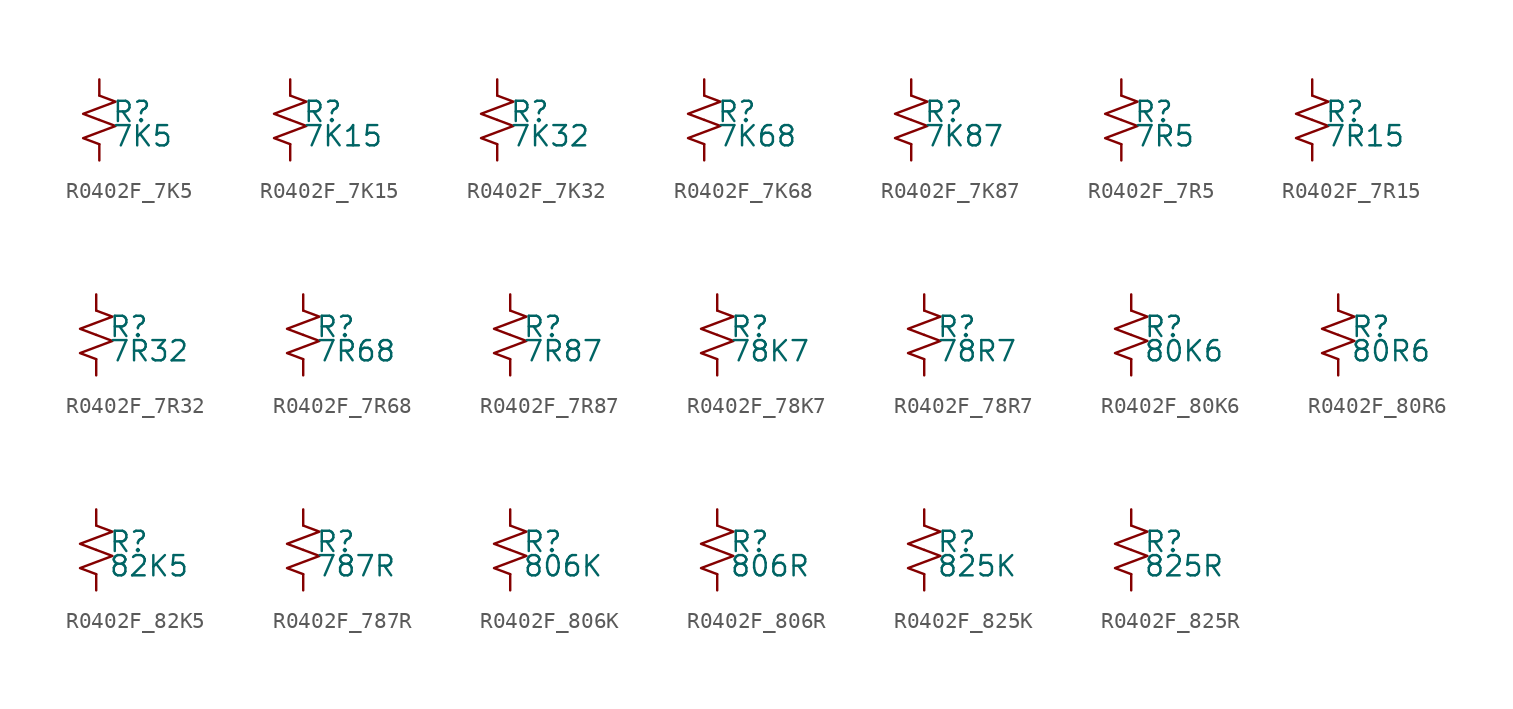
<source format=kicad_sym>
(kicad_symbol_lib
  (version 20220914)
  (generator kicad_symbol_editor)
  (symbol "R0402F_7K5"
    (pin_numbers hide)
    (pin_names
      (offset 0.254) hide)
    (property "Reference" "R"
      (at 0.762 0.508 0)
      (effects (font (size 1.27 1.27)) (justify left)))
    (property "Value" "7K5"
      (at 0.762 -1.016 0)
      (effects (font (size 1.27 1.27)) (justify left)))
    (symbol "R0402F_7K5_1_1"
      (polyline (pts (xy 0 0) (xy 1.016 -0.381) (xy 0 -0.762) (xy -1.016 -1.143) (xy 0 -1.524)) (stroke (width 0) (type default)) (fill (type none)))
      (polyline (pts (xy 0 1.524) (xy 1.016 1.143) (xy 0 0.762) (xy -1.016 0.381) (xy 0 0)) (stroke (width 0) (type default)) (fill (type none)))
      (pin passive line (at 0 2.54 270) (length 1.016) (name "~" (effects (font (size 1.27 1.27)))) (number "1" (effects (font (size 1.27 1.27)))))
      (pin passive line (at 0 -2.54 90) (length 1.016) (name "~" (effects (font (size 1.27 1.27)))) (number "2" (effects (font (size 1.27 1.27)))))))
  (symbol "R0402F_7K15"
    (pin_numbers hide)
    (pin_names
      (offset 0.254) hide)
    (property "Reference" "R"
      (at 0.762 0.508 0)
      (effects (font (size 1.27 1.27)) (justify left)))
    (property "Value" "7K15"
      (at 0.762 -1.016 0)
      (effects (font (size 1.27 1.27)) (justify left)))
    (symbol "R0402F_7K15_1_1"
      (polyline (pts (xy 0 0) (xy 1.016 -0.381) (xy 0 -0.762) (xy -1.016 -1.143) (xy 0 -1.524)) (stroke (width 0) (type default)) (fill (type none)))
      (polyline (pts (xy 0 1.524) (xy 1.016 1.143) (xy 0 0.762) (xy -1.016 0.381) (xy 0 0)) (stroke (width 0) (type default)) (fill (type none)))
      (pin passive line (at 0 2.54 270) (length 1.016) (name "~" (effects (font (size 1.27 1.27)))) (number "1" (effects (font (size 1.27 1.27)))))
      (pin passive line (at 0 -2.54 90) (length 1.016) (name "~" (effects (font (size 1.27 1.27)))) (number "2" (effects (font (size 1.27 1.27)))))))
  (symbol "R0402F_7K32"
    (pin_numbers hide)
    (pin_names
      (offset 0.254) hide)
    (property "Reference" "R"
      (at 0.762 0.508 0)
      (effects (font (size 1.27 1.27)) (justify left)))
    (property "Value" "7K32"
      (at 0.762 -1.016 0)
      (effects (font (size 1.27 1.27)) (justify left)))
    (symbol "R0402F_7K32_1_1"
      (polyline (pts (xy 0 0) (xy 1.016 -0.381) (xy 0 -0.762) (xy -1.016 -1.143) (xy 0 -1.524)) (stroke (width 0) (type default)) (fill (type none)))
      (polyline (pts (xy 0 1.524) (xy 1.016 1.143) (xy 0 0.762) (xy -1.016 0.381) (xy 0 0)) (stroke (width 0) (type default)) (fill (type none)))
      (pin passive line (at 0 2.54 270) (length 1.016) (name "~" (effects (font (size 1.27 1.27)))) (number "1" (effects (font (size 1.27 1.27)))))
      (pin passive line (at 0 -2.54 90) (length 1.016) (name "~" (effects (font (size 1.27 1.27)))) (number "2" (effects (font (size 1.27 1.27)))))))
  (symbol "R0402F_7K68"
    (pin_numbers hide)
    (pin_names
      (offset 0.254) hide)
    (property "Reference" "R"
      (at 0.762 0.508 0)
      (effects (font (size 1.27 1.27)) (justify left)))
    (property "Value" "7K68"
      (at 0.762 -1.016 0)
      (effects (font (size 1.27 1.27)) (justify left)))
    (symbol "R0402F_7K68_1_1"
      (polyline (pts (xy 0 0) (xy 1.016 -0.381) (xy 0 -0.762) (xy -1.016 -1.143) (xy 0 -1.524)) (stroke (width 0) (type default)) (fill (type none)))
      (polyline (pts (xy 0 1.524) (xy 1.016 1.143) (xy 0 0.762) (xy -1.016 0.381) (xy 0 0)) (stroke (width 0) (type default)) (fill (type none)))
      (pin passive line (at 0 2.54 270) (length 1.016) (name "~" (effects (font (size 1.27 1.27)))) (number "1" (effects (font (size 1.27 1.27)))))
      (pin passive line (at 0 -2.54 90) (length 1.016) (name "~" (effects (font (size 1.27 1.27)))) (number "2" (effects (font (size 1.27 1.27)))))))
  (symbol "R0402F_7K87"
    (pin_numbers hide)
    (pin_names
      (offset 0.254) hide)
    (property "Reference" "R"
      (at 0.762 0.508 0)
      (effects (font (size 1.27 1.27)) (justify left)))
    (property "Value" "7K87"
      (at 0.762 -1.016 0)
      (effects (font (size 1.27 1.27)) (justify left)))
    (symbol "R0402F_7K87_1_1"
      (polyline (pts (xy 0 0) (xy 1.016 -0.381) (xy 0 -0.762) (xy -1.016 -1.143) (xy 0 -1.524)) (stroke (width 0) (type default)) (fill (type none)))
      (polyline (pts (xy 0 1.524) (xy 1.016 1.143) (xy 0 0.762) (xy -1.016 0.381) (xy 0 0)) (stroke (width 0) (type default)) (fill (type none)))
      (pin passive line (at 0 2.54 270) (length 1.016) (name "~" (effects (font (size 1.27 1.27)))) (number "1" (effects (font (size 1.27 1.27)))))
      (pin passive line (at 0 -2.54 90) (length 1.016) (name "~" (effects (font (size 1.27 1.27)))) (number "2" (effects (font (size 1.27 1.27)))))))
  (symbol "R0402F_7R5"
    (pin_numbers hide)
    (pin_names
      (offset 0.254) hide)
    (property "Reference" "R"
      (at 0.762 0.508 0)
      (effects (font (size 1.27 1.27)) (justify left)))
    (property "Value" "7R5"
      (at 0.762 -1.016 0)
      (effects (font (size 1.27 1.27)) (justify left)))
    (symbol "R0402F_7R5_1_1"
      (polyline (pts (xy 0 0) (xy 1.016 -0.381) (xy 0 -0.762) (xy -1.016 -1.143) (xy 0 -1.524)) (stroke (width 0) (type default)) (fill (type none)))
      (polyline (pts (xy 0 1.524) (xy 1.016 1.143) (xy 0 0.762) (xy -1.016 0.381) (xy 0 0)) (stroke (width 0) (type default)) (fill (type none)))
      (pin passive line (at 0 2.54 270) (length 1.016) (name "~" (effects (font (size 1.27 1.27)))) (number "1" (effects (font (size 1.27 1.27)))))
      (pin passive line (at 0 -2.54 90) (length 1.016) (name "~" (effects (font (size 1.27 1.27)))) (number "2" (effects (font (size 1.27 1.27)))))))
  (symbol "R0402F_7R15"
    (pin_numbers hide)
    (pin_names
      (offset 0.254) hide)
    (property "Reference" "R"
      (at 0.762 0.508 0)
      (effects (font (size 1.27 1.27)) (justify left)))
    (property "Value" "7R15"
      (at 0.762 -1.016 0)
      (effects (font (size 1.27 1.27)) (justify left)))
    (symbol "R0402F_7R15_1_1"
      (polyline (pts (xy 0 0) (xy 1.016 -0.381) (xy 0 -0.762) (xy -1.016 -1.143) (xy 0 -1.524)) (stroke (width 0) (type default)) (fill (type none)))
      (polyline (pts (xy 0 1.524) (xy 1.016 1.143) (xy 0 0.762) (xy -1.016 0.381) (xy 0 0)) (stroke (width 0) (type default)) (fill (type none)))
      (pin passive line (at 0 2.54 270) (length 1.016) (name "~" (effects (font (size 1.27 1.27)))) (number "1" (effects (font (size 1.27 1.27)))))
      (pin passive line (at 0 -2.54 90) (length 1.016) (name "~" (effects (font (size 1.27 1.27)))) (number "2" (effects (font (size 1.27 1.27)))))))
  (symbol "R0402F_7R32"
    (pin_numbers hide)
    (pin_names
      (offset 0.254) hide)
    (property "Reference" "R"
      (at 0.762 0.508 0)
      (effects (font (size 1.27 1.27)) (justify left)))
    (property "Value" "7R32"
      (at 0.762 -1.016 0)
      (effects (font (size 1.27 1.27)) (justify left)))
    (symbol "R0402F_7R32_1_1"
      (polyline (pts (xy 0 0) (xy 1.016 -0.381) (xy 0 -0.762) (xy -1.016 -1.143) (xy 0 -1.524)) (stroke (width 0) (type default)) (fill (type none)))
      (polyline (pts (xy 0 1.524) (xy 1.016 1.143) (xy 0 0.762) (xy -1.016 0.381) (xy 0 0)) (stroke (width 0) (type default)) (fill (type none)))
      (pin passive line (at 0 2.54 270) (length 1.016) (name "~" (effects (font (size 1.27 1.27)))) (number "1" (effects (font (size 1.27 1.27)))))
      (pin passive line (at 0 -2.54 90) (length 1.016) (name "~" (effects (font (size 1.27 1.27)))) (number "2" (effects (font (size 1.27 1.27)))))))
  (symbol "R0402F_7R68"
    (pin_numbers hide)
    (pin_names
      (offset 0.254) hide)
    (property "Reference" "R"
      (at 0.762 0.508 0)
      (effects (font (size 1.27 1.27)) (justify left)))
    (property "Value" "7R68"
      (at 0.762 -1.016 0)
      (effects (font (size 1.27 1.27)) (justify left)))
    (symbol "R0402F_7R68_1_1"
      (polyline (pts (xy 0 0) (xy 1.016 -0.381) (xy 0 -0.762) (xy -1.016 -1.143) (xy 0 -1.524)) (stroke (width 0) (type default)) (fill (type none)))
      (polyline (pts (xy 0 1.524) (xy 1.016 1.143) (xy 0 0.762) (xy -1.016 0.381) (xy 0 0)) (stroke (width 0) (type default)) (fill (type none)))
      (pin passive line (at 0 2.54 270) (length 1.016) (name "~" (effects (font (size 1.27 1.27)))) (number "1" (effects (font (size 1.27 1.27)))))
      (pin passive line (at 0 -2.54 90) (length 1.016) (name "~" (effects (font (size 1.27 1.27)))) (number "2" (effects (font (size 1.27 1.27)))))))
  (symbol "R0402F_7R87"
    (pin_numbers hide)
    (pin_names
      (offset 0.254) hide)
    (property "Reference" "R"
      (at 0.762 0.508 0)
      (effects (font (size 1.27 1.27)) (justify left)))
    (property "Value" "7R87"
      (at 0.762 -1.016 0)
      (effects (font (size 1.27 1.27)) (justify left)))
    (symbol "R0402F_7R87_1_1"
      (polyline (pts (xy 0 0) (xy 1.016 -0.381) (xy 0 -0.762) (xy -1.016 -1.143) (xy 0 -1.524)) (stroke (width 0) (type default)) (fill (type none)))
      (polyline (pts (xy 0 1.524) (xy 1.016 1.143) (xy 0 0.762) (xy -1.016 0.381) (xy 0 0)) (stroke (width 0) (type default)) (fill (type none)))
      (pin passive line (at 0 2.54 270) (length 1.016) (name "~" (effects (font (size 1.27 1.27)))) (number "1" (effects (font (size 1.27 1.27)))))
      (pin passive line (at 0 -2.54 90) (length 1.016) (name "~" (effects (font (size 1.27 1.27)))) (number "2" (effects (font (size 1.27 1.27)))))))
  (symbol "R0402F_78K7"
    (pin_numbers hide)
    (pin_names
      (offset 0.254) hide)
    (property "Reference" "R"
      (at 0.762 0.508 0)
      (effects (font (size 1.27 1.27)) (justify left)))
    (property "Value" "78K7"
      (at 0.762 -1.016 0)
      (effects (font (size 1.27 1.27)) (justify left)))
    (symbol "R0402F_78K7_1_1"
      (polyline (pts (xy 0 0) (xy 1.016 -0.381) (xy 0 -0.762) (xy -1.016 -1.143) (xy 0 -1.524)) (stroke (width 0) (type default)) (fill (type none)))
      (polyline (pts (xy 0 1.524) (xy 1.016 1.143) (xy 0 0.762) (xy -1.016 0.381) (xy 0 0)) (stroke (width 0) (type default)) (fill (type none)))
      (pin passive line (at 0 2.54 270) (length 1.016) (name "~" (effects (font (size 1.27 1.27)))) (number "1" (effects (font (size 1.27 1.27)))))
      (pin passive line (at 0 -2.54 90) (length 1.016) (name "~" (effects (font (size 1.27 1.27)))) (number "2" (effects (font (size 1.27 1.27)))))))
  (symbol "R0402F_78R7"
    (pin_numbers hide)
    (pin_names
      (offset 0.254) hide)
    (property "Reference" "R"
      (at 0.762 0.508 0)
      (effects (font (size 1.27 1.27)) (justify left)))
    (property "Value" "78R7"
      (at 0.762 -1.016 0)
      (effects (font (size 1.27 1.27)) (justify left)))
    (symbol "R0402F_78R7_1_1"
      (polyline (pts (xy 0 0) (xy 1.016 -0.381) (xy 0 -0.762) (xy -1.016 -1.143) (xy 0 -1.524)) (stroke (width 0) (type default)) (fill (type none)))
      (polyline (pts (xy 0 1.524) (xy 1.016 1.143) (xy 0 0.762) (xy -1.016 0.381) (xy 0 0)) (stroke (width 0) (type default)) (fill (type none)))
      (pin passive line (at 0 2.54 270) (length 1.016) (name "~" (effects (font (size 1.27 1.27)))) (number "1" (effects (font (size 1.27 1.27)))))
      (pin passive line (at 0 -2.54 90) (length 1.016) (name "~" (effects (font (size 1.27 1.27)))) (number "2" (effects (font (size 1.27 1.27)))))))
  (symbol "R0402F_80K6"
    (pin_numbers hide)
    (pin_names
      (offset 0.254) hide)
    (property "Reference" "R"
      (at 0.762 0.508 0)
      (effects (font (size 1.27 1.27)) (justify left)))
    (property "Value" "80K6"
      (at 0.762 -1.016 0)
      (effects (font (size 1.27 1.27)) (justify left)))
    (symbol "R0402F_80K6_1_1"
      (polyline (pts (xy 0 0) (xy 1.016 -0.381) (xy 0 -0.762) (xy -1.016 -1.143) (xy 0 -1.524)) (stroke (width 0) (type default)) (fill (type none)))
      (polyline (pts (xy 0 1.524) (xy 1.016 1.143) (xy 0 0.762) (xy -1.016 0.381) (xy 0 0)) (stroke (width 0) (type default)) (fill (type none)))
      (pin passive line (at 0 2.54 270) (length 1.016) (name "~" (effects (font (size 1.27 1.27)))) (number "1" (effects (font (size 1.27 1.27)))))
      (pin passive line (at 0 -2.54 90) (length 1.016) (name "~" (effects (font (size 1.27 1.27)))) (number "2" (effects (font (size 1.27 1.27)))))))
  (symbol "R0402F_80R6"
    (pin_numbers hide)
    (pin_names
      (offset 0.254) hide)
    (property "Reference" "R"
      (at 0.762 0.508 0)
      (effects (font (size 1.27 1.27)) (justify left)))
    (property "Value" "80R6"
      (at 0.762 -1.016 0)
      (effects (font (size 1.27 1.27)) (justify left)))
    (symbol "R0402F_80R6_1_1"
      (polyline (pts (xy 0 0) (xy 1.016 -0.381) (xy 0 -0.762) (xy -1.016 -1.143) (xy 0 -1.524)) (stroke (width 0) (type default)) (fill (type none)))
      (polyline (pts (xy 0 1.524) (xy 1.016 1.143) (xy 0 0.762) (xy -1.016 0.381) (xy 0 0)) (stroke (width 0) (type default)) (fill (type none)))
      (pin passive line (at 0 2.54 270) (length 1.016) (name "~" (effects (font (size 1.27 1.27)))) (number "1" (effects (font (size 1.27 1.27)))))
      (pin passive line (at 0 -2.54 90) (length 1.016) (name "~" (effects (font (size 1.27 1.27)))) (number "2" (effects (font (size 1.27 1.27)))))))
  (symbol "R0402F_82K5"
    (pin_numbers hide)
    (pin_names
      (offset 0.254) hide)
    (property "Reference" "R"
      (at 0.762 0.508 0)
      (effects (font (size 1.27 1.27)) (justify left)))
    (property "Value" "82K5"
      (at 0.762 -1.016 0)
      (effects (font (size 1.27 1.27)) (justify left)))
    (symbol "R0402F_82K5_1_1"
      (polyline (pts (xy 0 0) (xy 1.016 -0.381) (xy 0 -0.762) (xy -1.016 -1.143) (xy 0 -1.524)) (stroke (width 0) (type default)) (fill (type none)))
      (polyline (pts (xy 0 1.524) (xy 1.016 1.143) (xy 0 0.762) (xy -1.016 0.381) (xy 0 0)) (stroke (width 0) (type default)) (fill (type none)))
      (pin passive line (at 0 2.54 270) (length 1.016) (name "~" (effects (font (size 1.27 1.27)))) (number "1" (effects (font (size 1.27 1.27)))))
      (pin passive line (at 0 -2.54 90) (length 1.016) (name "~" (effects (font (size 1.27 1.27)))) (number "2" (effects (font (size 1.27 1.27)))))))
  (symbol "R0402F_787R"
    (pin_numbers hide)
    (pin_names
      (offset 0.254) hide)
    (property "Reference" "R"
      (at 0.762 0.508 0)
      (effects (font (size 1.27 1.27)) (justify left)))
    (property "Value" "787R"
      (at 0.762 -1.016 0)
      (effects (font (size 1.27 1.27)) (justify left)))
    (symbol "R0402F_787R_1_1"
      (polyline (pts (xy 0 0) (xy 1.016 -0.381) (xy 0 -0.762) (xy -1.016 -1.143) (xy 0 -1.524)) (stroke (width 0) (type default)) (fill (type none)))
      (polyline (pts (xy 0 1.524) (xy 1.016 1.143) (xy 0 0.762) (xy -1.016 0.381) (xy 0 0)) (stroke (width 0) (type default)) (fill (type none)))
      (pin passive line (at 0 2.54 270) (length 1.016) (name "~" (effects (font (size 1.27 1.27)))) (number "1" (effects (font (size 1.27 1.27)))))
      (pin passive line (at 0 -2.54 90) (length 1.016) (name "~" (effects (font (size 1.27 1.27)))) (number "2" (effects (font (size 1.27 1.27)))))))
  (symbol "R0402F_806K"
    (pin_numbers hide)
    (pin_names
      (offset 0.254) hide)
    (property "Reference" "R"
      (at 0.762 0.508 0)
      (effects (font (size 1.27 1.27)) (justify left)))
    (property "Value" "806K"
      (at 0.762 -1.016 0)
      (effects (font (size 1.27 1.27)) (justify left)))
    (symbol "R0402F_806K_1_1"
      (polyline (pts (xy 0 0) (xy 1.016 -0.381) (xy 0 -0.762) (xy -1.016 -1.143) (xy 0 -1.524)) (stroke (width 0) (type default)) (fill (type none)))
      (polyline (pts (xy 0 1.524) (xy 1.016 1.143) (xy 0 0.762) (xy -1.016 0.381) (xy 0 0)) (stroke (width 0) (type default)) (fill (type none)))
      (pin passive line (at 0 2.54 270) (length 1.016) (name "~" (effects (font (size 1.27 1.27)))) (number "1" (effects (font (size 1.27 1.27)))))
      (pin passive line (at 0 -2.54 90) (length 1.016) (name "~" (effects (font (size 1.27 1.27)))) (number "2" (effects (font (size 1.27 1.27)))))))
  (symbol "R0402F_806R"
    (pin_numbers hide)
    (pin_names
      (offset 0.254) hide)
    (property "Reference" "R"
      (at 0.762 0.508 0)
      (effects (font (size 1.27 1.27)) (justify left)))
    (property "Value" "806R"
      (at 0.762 -1.016 0)
      (effects (font (size 1.27 1.27)) (justify left)))
    (symbol "R0402F_806R_1_1"
      (polyline (pts (xy 0 0) (xy 1.016 -0.381) (xy 0 -0.762) (xy -1.016 -1.143) (xy 0 -1.524)) (stroke (width 0) (type default)) (fill (type none)))
      (polyline (pts (xy 0 1.524) (xy 1.016 1.143) (xy 0 0.762) (xy -1.016 0.381) (xy 0 0)) (stroke (width 0) (type default)) (fill (type none)))
      (pin passive line (at 0 2.54 270) (length 1.016) (name "~" (effects (font (size 1.27 1.27)))) (number "1" (effects (font (size 1.27 1.27)))))
      (pin passive line (at 0 -2.54 90) (length 1.016) (name "~" (effects (font (size 1.27 1.27)))) (number "2" (effects (font (size 1.27 1.27)))))))
  (symbol "R0402F_825K"
    (pin_numbers hide)
    (pin_names
      (offset 0.254) hide)
    (property "Reference" "R"
      (at 0.762 0.508 0)
      (effects (font (size 1.27 1.27)) (justify left)))
    (property "Value" "825K"
      (at 0.762 -1.016 0)
      (effects (font (size 1.27 1.27)) (justify left)))
    (symbol "R0402F_825K_1_1"
      (polyline (pts (xy 0 0) (xy 1.016 -0.381) (xy 0 -0.762) (xy -1.016 -1.143) (xy 0 -1.524)) (stroke (width 0) (type default)) (fill (type none)))
      (polyline (pts (xy 0 1.524) (xy 1.016 1.143) (xy 0 0.762) (xy -1.016 0.381) (xy 0 0)) (stroke (width 0) (type default)) (fill (type none)))
      (pin passive line (at 0 2.54 270) (length 1.016) (name "~" (effects (font (size 1.27 1.27)))) (number "1" (effects (font (size 1.27 1.27)))))
      (pin passive line (at 0 -2.54 90) (length 1.016) (name "~" (effects (font (size 1.27 1.27)))) (number "2" (effects (font (size 1.27 1.27)))))))
  (symbol "R0402F_825R"
    (pin_numbers hide)
    (pin_names
      (offset 0.254) hide)
    (property "Reference" "R"
      (at 0.762 0.508 0)
      (effects (font (size 1.27 1.27)) (justify left)))
    (property "Value" "825R"
      (at 0.762 -1.016 0)
      (effects (font (size 1.27 1.27)) (justify left)))
    (symbol "R0402F_825R_1_1"
      (polyline (pts (xy 0 0) (xy 1.016 -0.381) (xy 0 -0.762) (xy -1.016 -1.143) (xy 0 -1.524)) (stroke (width 0) (type default)) (fill (type none)))
      (polyline (pts (xy 0 1.524) (xy 1.016 1.143) (xy 0 0.762) (xy -1.016 0.381) (xy 0 0)) (stroke (width 0) (type default)) (fill (type none)))
      (pin passive line (at 0 2.54 270) (length 1.016) (name "~" (effects (font (size 1.27 1.27)))) (number "1" (effects (font (size 1.27 1.27)))))
      (pin passive line (at 0 -2.54 90) (length 1.016) (name "~" (effects (font (size 1.27 1.27)))) (number "2" (effects (font (size 1.27 1.27))))))))
</source>
